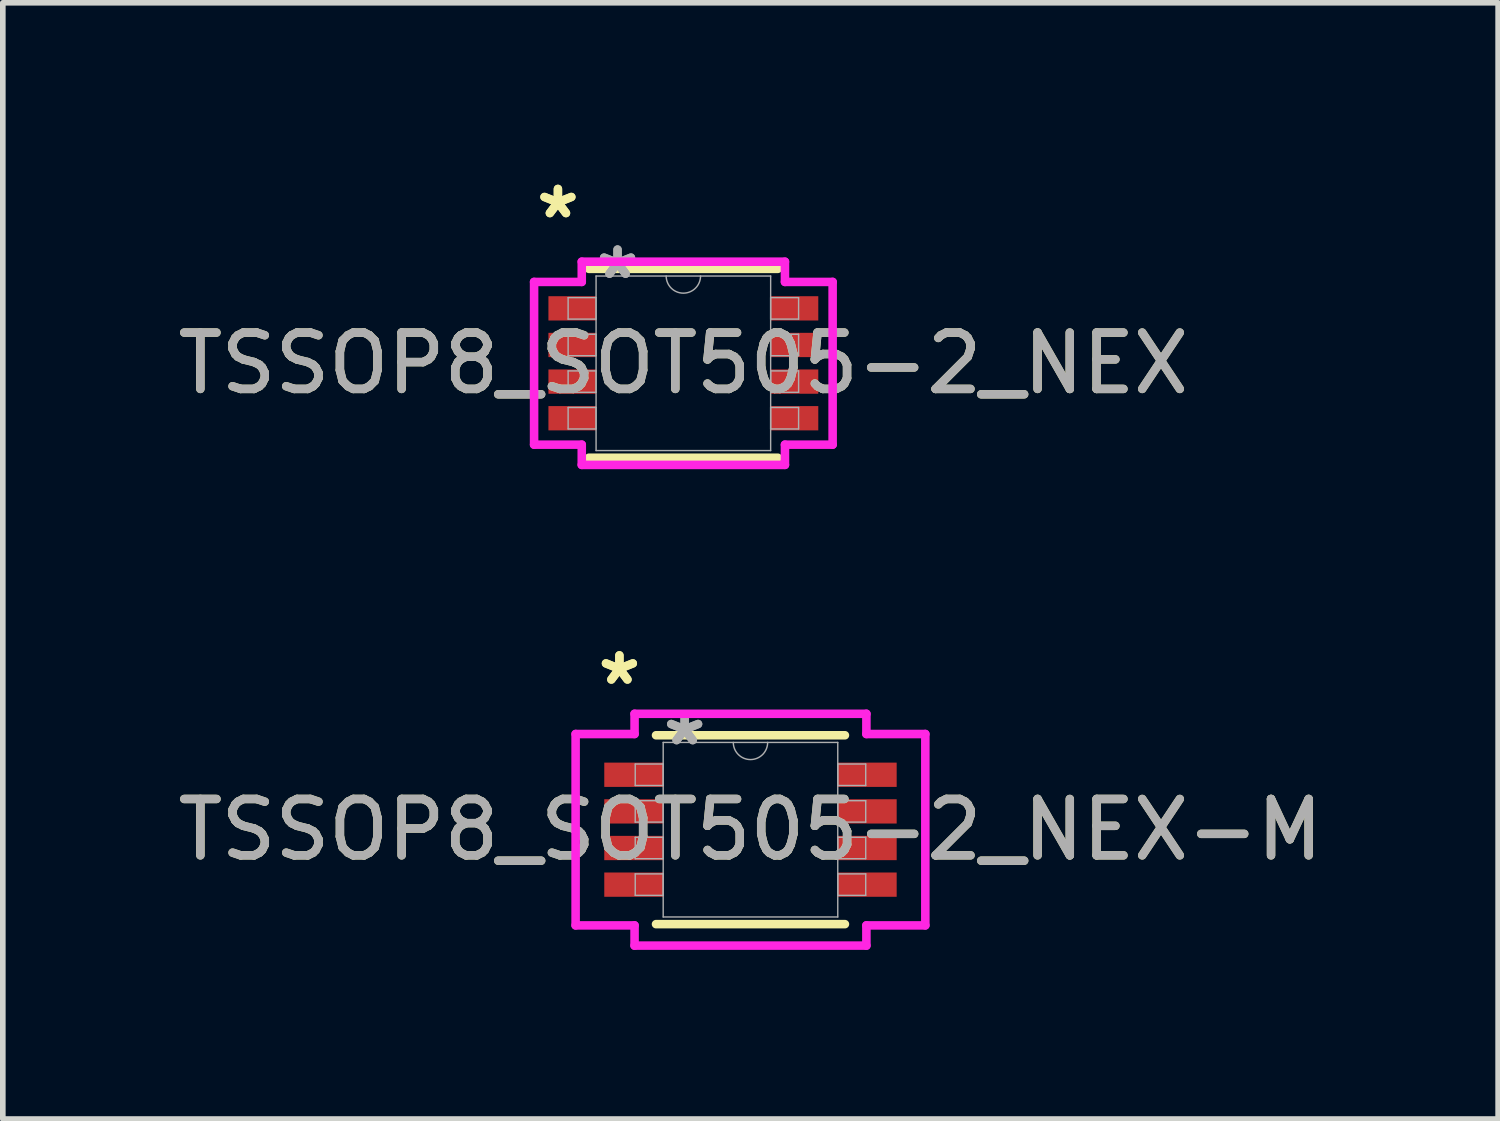
<source format=kicad_pcb>
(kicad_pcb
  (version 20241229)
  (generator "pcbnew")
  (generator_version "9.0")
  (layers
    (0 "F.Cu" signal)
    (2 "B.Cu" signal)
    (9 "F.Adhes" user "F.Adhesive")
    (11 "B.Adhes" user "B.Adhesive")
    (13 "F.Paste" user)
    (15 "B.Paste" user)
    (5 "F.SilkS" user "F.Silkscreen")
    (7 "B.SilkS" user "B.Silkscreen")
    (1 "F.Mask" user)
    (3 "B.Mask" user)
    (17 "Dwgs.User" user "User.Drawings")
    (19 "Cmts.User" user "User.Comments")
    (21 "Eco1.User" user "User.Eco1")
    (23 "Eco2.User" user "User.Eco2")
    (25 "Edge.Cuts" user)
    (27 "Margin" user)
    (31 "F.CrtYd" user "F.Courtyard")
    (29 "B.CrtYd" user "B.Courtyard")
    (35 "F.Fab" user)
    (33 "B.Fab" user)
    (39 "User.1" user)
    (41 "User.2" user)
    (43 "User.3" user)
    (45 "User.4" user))
  (footprint "TSSOP8_SOT505-2_NEX"
    (layer "F.Cu")
    (at 9.077 3.397)
    (property "Reference" "TSSOP8_SOT505-2_NEX" (at 0 0 0) (unlocked yes) (layer "F.SilkS") (effects (font (size 1 1) (thickness 0.15))))
    (attr smd)
    (fp_line (start -1.676 1.676) (end 1.676 1.676) (stroke (width 0.152) (type solid)) (layer "F.SilkS"))
    (fp_line (start 1.676 -1.676) (end -1.676 -1.676) (stroke (width 0.152) (type solid)) (layer "F.SilkS"))
    (fp_line (start -2.649 -1.444) (end -1.803 -1.444) (stroke (width 0.152) (type solid)) (layer "F.CrtYd"))
    (fp_line (start -2.649 1.444) (end -2.649 -1.444) (stroke (width 0.152) (type solid)) (layer "F.CrtYd"))
    (fp_line (start -2.649 1.444) (end -1.803 1.444) (stroke (width 0.152) (type solid)) (layer "F.CrtYd"))
    (fp_line (start -1.803 -1.803) (end 1.803 -1.803) (stroke (width 0.152) (type solid)) (layer "F.CrtYd"))
    (fp_line (start -1.803 -1.444) (end -1.803 -1.803) (stroke (width 0.152) (type solid)) (layer "F.CrtYd"))
    (fp_line (start -1.803 1.803) (end -1.803 1.444) (stroke (width 0.152) (type solid)) (layer "F.CrtYd"))
    (fp_line (start 1.803 -1.803) (end 1.803 -1.444) (stroke (width 0.152) (type solid)) (layer "F.CrtYd"))
    (fp_line (start 1.803 1.444) (end 1.803 1.803) (stroke (width 0.152) (type solid)) (layer "F.CrtYd"))
    (fp_line (start 1.803 1.803) (end -1.803 1.803) (stroke (width 0.152) (type solid)) (layer "F.CrtYd"))
    (fp_line (start 2.649 -1.444) (end 1.803 -1.444) (stroke (width 0.152) (type solid)) (layer "F.CrtYd"))
    (fp_line (start 2.649 -1.444) (end 2.649 1.444) (stroke (width 0.152) (type solid)) (layer "F.CrtYd"))
    (fp_line (start 2.649 1.444) (end 1.803 1.444) (stroke (width 0.152) (type solid)) (layer "F.CrtYd"))
    (fp_line (start -2.045 -1.165) (end -2.045 -0.784) (stroke (width 0.025) (type solid)) (layer "F.Fab"))
    (fp_line (start -2.045 -0.784) (end -1.549 -0.784) (stroke (width 0.025) (type solid)) (layer "F.Fab"))
    (fp_line (start -2.045 -0.515) (end -2.045 -0.135) (stroke (width 0.025) (type solid)) (layer "F.Fab"))
    (fp_line (start -2.045 -0.135) (end -1.549 -0.135) (stroke (width 0.025) (type solid)) (layer "F.Fab"))
    (fp_line (start -2.045 0.135) (end -2.045 0.515) (stroke (width 0.025) (type solid)) (layer "F.Fab"))
    (fp_line (start -2.045 0.515) (end -1.549 0.515) (stroke (width 0.025) (type solid)) (layer "F.Fab"))
    (fp_line (start -2.045 0.784) (end -2.045 1.165) (stroke (width 0.025) (type solid)) (layer "F.Fab"))
    (fp_line (start -2.045 1.165) (end -1.549 1.165) (stroke (width 0.025) (type solid)) (layer "F.Fab"))
    (fp_line (start -1.549 -1.549) (end -1.549 1.549) (stroke (width 0.025) (type solid)) (layer "F.Fab"))
    (fp_line (start -1.549 -1.165) (end -2.045 -1.165) (stroke (width 0.025) (type solid)) (layer "F.Fab"))
    (fp_line (start -1.549 -0.784) (end -1.549 -1.165) (stroke (width 0.025) (type solid)) (layer "F.Fab"))
    (fp_line (start -1.549 -0.515) (end -2.045 -0.515) (stroke (width 0.025) (type solid)) (layer "F.Fab"))
    (fp_line (start -1.549 -0.135) (end -1.549 -0.515) (stroke (width 0.025) (type solid)) (layer "F.Fab"))
    (fp_line (start -1.549 0.135) (end -2.045 0.135) (stroke (width 0.025) (type solid)) (layer "F.Fab"))
    (fp_line (start -1.549 0.515) (end -1.549 0.135) (stroke (width 0.025) (type solid)) (layer "F.Fab"))
    (fp_line (start -1.549 0.784) (end -2.045 0.784) (stroke (width 0.025) (type solid)) (layer "F.Fab"))
    (fp_line (start -1.549 1.165) (end -1.549 0.784) (stroke (width 0.025) (type solid)) (layer "F.Fab"))
    (fp_line (start -1.549 1.549) (end 1.549 1.549) (stroke (width 0.025) (type solid)) (layer "F.Fab"))
    (fp_line (start 1.549 -1.549) (end -1.549 -1.549) (stroke (width 0.025) (type solid)) (layer "F.Fab"))
    (fp_line (start 1.549 -1.165) (end 1.549 -0.784) (stroke (width 0.025) (type solid)) (layer "F.Fab"))
    (fp_line (start 1.549 -0.784) (end 2.045 -0.784) (stroke (width 0.025) (type solid)) (layer "F.Fab"))
    (fp_line (start 1.549 -0.515) (end 1.549 -0.135) (stroke (width 0.025) (type solid)) (layer "F.Fab"))
    (fp_line (start 1.549 -0.135) (end 2.045 -0.135) (stroke (width 0.025) (type solid)) (layer "F.Fab"))
    (fp_line (start 1.549 0.135) (end 1.549 0.515) (stroke (width 0.025) (type solid)) (layer "F.Fab"))
    (fp_line (start 1.549 0.515) (end 2.045 0.515) (stroke (width 0.025) (type solid)) (layer "F.Fab"))
    (fp_line (start 1.549 0.784) (end 1.549 1.165) (stroke (width 0.025) (type solid)) (layer "F.Fab"))
    (fp_line (start 1.549 1.165) (end 2.045 1.165) (stroke (width 0.025) (type solid)) (layer "F.Fab"))
    (fp_line (start 1.549 1.549) (end 1.549 -1.549) (stroke (width 0.025) (type solid)) (layer "F.Fab"))
    (fp_line (start 2.045 -1.165) (end 1.549 -1.165) (stroke (width 0.025) (type solid)) (layer "F.Fab"))
    (fp_line (start 2.045 -0.784) (end 2.045 -1.165) (stroke (width 0.025) (type solid)) (layer "F.Fab"))
    (fp_line (start 2.045 -0.515) (end 1.549 -0.515) (stroke (width 0.025) (type solid)) (layer "F.Fab"))
    (fp_line (start 2.045 -0.135) (end 2.045 -0.515) (stroke (width 0.025) (type solid)) (layer "F.Fab"))
    (fp_line (start 2.045 0.135) (end 1.549 0.135) (stroke (width 0.025) (type solid)) (layer "F.Fab"))
    (fp_line (start 2.045 0.515) (end 2.045 0.135) (stroke (width 0.025) (type solid)) (layer "F.Fab"))
    (fp_line (start 2.045 0.784) (end 1.549 0.784) (stroke (width 0.025) (type solid)) (layer "F.Fab"))
    (fp_line (start 2.045 1.165) (end 2.045 0.784) (stroke (width 0.025) (type solid)) (layer "F.Fab"))
    (fp_arc (start 0.3048 -1.5494) (mid 0 -1.2446) (end -0.3048 -1.5494) (stroke (width 0.0254) (type solid)) (layer "F.Fab"))
    (fp_text user "*" (at -2.226 -2.549 0) (layer "F.SilkS") (effects (font (size 1 1) (thickness 0.15))))
    (fp_text user "*" (at -2.226 -2.549 0) (unlocked yes) (layer "F.SilkS") (effects (font (size 1 1) (thickness 0.15))))
    (fp_text user "${REFERENCE}" (at 0 0 0) (unlocked yes) (layer "F.Fab") (effects (font (size 1 1) (thickness 0.15))))
    (fp_text user "*" (at -1.168 -1.473 0) (unlocked yes) (layer "F.Fab") (effects (font (size 1 1) (thickness 0.15))))
    (fp_text user "*" (at -1.168 -1.473 0) (layer "F.Fab") (effects (font (size 1 1) (thickness 0.15))))
    (pad "1" smd rect (at -1.972 -0.975) (size 0.845 0.431) (layers "F.Cu" "F.Mask" "F.Paste"))
    (pad "2" smd rect (at -1.972 -0.325) (size 0.845 0.431) (layers "F.Cu" "F.Mask" "F.Paste"))
    (pad "3" smd rect (at -1.972 0.325) (size 0.845 0.431) (layers "F.Cu" "F.Mask" "F.Paste"))
    (pad "4" smd rect (at -1.972 0.975) (size 0.845 0.431) (layers "F.Cu" "F.Mask" "F.Paste"))
    (pad "5" smd rect (at 1.972 0.975) (size 0.845 0.431) (layers "F.Cu" "F.Mask" "F.Paste"))
    (pad "6" smd rect (at 1.972 0.325) (size 0.845 0.431) (layers "F.Cu" "F.Mask" "F.Paste"))
    (pad "7" smd rect (at 1.972 -0.325) (size 0.845 0.431) (layers "F.Cu" "F.Mask" "F.Paste"))
    (pad "8" smd rect (at 1.972 -0.975) (size 0.845 0.431) (layers "F.Cu" "F.Mask" "F.Paste")))
  (footprint "TSSOP8_SOT505-2_NEX-M"
    (layer "F.Cu")
    (at 10.268 11.674)
    (property "Reference" "TSSOP8_SOT505-2_NEX-M" (at 0 0 0) (unlocked yes) (layer "F.SilkS") (effects (font (size 1 1) (thickness 0.15))))
    (attr smd)
    (fp_line (start -1.676 1.676) (end 1.676 1.676) (stroke (width 0.152) (type solid)) (layer "F.SilkS"))
    (fp_line (start 1.676 -1.676) (end -1.676 -1.676) (stroke (width 0.152) (type solid)) (layer "F.SilkS"))
    (fp_line (start -3.103 -1.698) (end -2.057 -1.698) (stroke (width 0.152) (type solid)) (layer "F.CrtYd"))
    (fp_line (start -3.103 1.698) (end -3.103 -1.698) (stroke (width 0.152) (type solid)) (layer "F.CrtYd"))
    (fp_line (start -3.103 1.698) (end -2.057 1.698) (stroke (width 0.152) (type solid)) (layer "F.CrtYd"))
    (fp_line (start -2.057 -2.057) (end 2.057 -2.057) (stroke (width 0.152) (type solid)) (layer "F.CrtYd"))
    (fp_line (start -2.057 -1.698) (end -2.057 -2.057) (stroke (width 0.152) (type solid)) (layer "F.CrtYd"))
    (fp_line (start -2.057 2.057) (end -2.057 1.698) (stroke (width 0.152) (type solid)) (layer "F.CrtYd"))
    (fp_line (start 2.057 -2.057) (end 2.057 -1.698) (stroke (width 0.152) (type solid)) (layer "F.CrtYd"))
    (fp_line (start 2.057 1.698) (end 2.057 2.057) (stroke (width 0.152) (type solid)) (layer "F.CrtYd"))
    (fp_line (start 2.057 2.057) (end -2.057 2.057) (stroke (width 0.152) (type solid)) (layer "F.CrtYd"))
    (fp_line (start 3.103 -1.698) (end 2.057 -1.698) (stroke (width 0.152) (type solid)) (layer "F.CrtYd"))
    (fp_line (start 3.103 -1.698) (end 3.103 1.698) (stroke (width 0.152) (type solid)) (layer "F.CrtYd"))
    (fp_line (start 3.103 1.698) (end 2.057 1.698) (stroke (width 0.152) (type solid)) (layer "F.CrtYd"))
    (fp_line (start -2.045 -1.165) (end -2.045 -0.784) (stroke (width 0.025) (type solid)) (layer "F.Fab"))
    (fp_line (start -2.045 -0.784) (end -1.549 -0.784) (stroke (width 0.025) (type solid)) (layer "F.Fab"))
    (fp_line (start -2.045 -0.515) (end -2.045 -0.135) (stroke (width 0.025) (type solid)) (layer "F.Fab"))
    (fp_line (start -2.045 -0.135) (end -1.549 -0.135) (stroke (width 0.025) (type solid)) (layer "F.Fab"))
    (fp_line (start -2.045 0.135) (end -2.045 0.515) (stroke (width 0.025) (type solid)) (layer "F.Fab"))
    (fp_line (start -2.045 0.515) (end -1.549 0.515) (stroke (width 0.025) (type solid)) (layer "F.Fab"))
    (fp_line (start -2.045 0.784) (end -2.045 1.165) (stroke (width 0.025) (type solid)) (layer "F.Fab"))
    (fp_line (start -2.045 1.165) (end -1.549 1.165) (stroke (width 0.025) (type solid)) (layer "F.Fab"))
    (fp_line (start -1.549 -1.549) (end -1.549 1.549) (stroke (width 0.025) (type solid)) (layer "F.Fab"))
    (fp_line (start -1.549 -1.165) (end -2.045 -1.165) (stroke (width 0.025) (type solid)) (layer "F.Fab"))
    (fp_line (start -1.549 -0.784) (end -1.549 -1.165) (stroke (width 0.025) (type solid)) (layer "F.Fab"))
    (fp_line (start -1.549 -0.515) (end -2.045 -0.515) (stroke (width 0.025) (type solid)) (layer "F.Fab"))
    (fp_line (start -1.549 -0.135) (end -1.549 -0.515) (stroke (width 0.025) (type solid)) (layer "F.Fab"))
    (fp_line (start -1.549 0.135) (end -2.045 0.135) (stroke (width 0.025) (type solid)) (layer "F.Fab"))
    (fp_line (start -1.549 0.515) (end -1.549 0.135) (stroke (width 0.025) (type solid)) (layer "F.Fab"))
    (fp_line (start -1.549 0.784) (end -2.045 0.784) (stroke (width 0.025) (type solid)) (layer "F.Fab"))
    (fp_line (start -1.549 1.165) (end -1.549 0.784) (stroke (width 0.025) (type solid)) (layer "F.Fab"))
    (fp_line (start -1.549 1.549) (end 1.549 1.549) (stroke (width 0.025) (type solid)) (layer "F.Fab"))
    (fp_line (start 1.549 -1.549) (end -1.549 -1.549) (stroke (width 0.025) (type solid)) (layer "F.Fab"))
    (fp_line (start 1.549 -1.165) (end 1.549 -0.784) (stroke (width 0.025) (type solid)) (layer "F.Fab"))
    (fp_line (start 1.549 -0.784) (end 2.045 -0.784) (stroke (width 0.025) (type solid)) (layer "F.Fab"))
    (fp_line (start 1.549 -0.515) (end 1.549 -0.135) (stroke (width 0.025) (type solid)) (layer "F.Fab"))
    (fp_line (start 1.549 -0.135) (end 2.045 -0.135) (stroke (width 0.025) (type solid)) (layer "F.Fab"))
    (fp_line (start 1.549 0.135) (end 1.549 0.515) (stroke (width 0.025) (type solid)) (layer "F.Fab"))
    (fp_line (start 1.549 0.515) (end 2.045 0.515) (stroke (width 0.025) (type solid)) (layer "F.Fab"))
    (fp_line (start 1.549 0.784) (end 1.549 1.165) (stroke (width 0.025) (type solid)) (layer "F.Fab"))
    (fp_line (start 1.549 1.165) (end 2.045 1.165) (stroke (width 0.025) (type solid)) (layer "F.Fab"))
    (fp_line (start 1.549 1.549) (end 1.549 -1.549) (stroke (width 0.025) (type solid)) (layer "F.Fab"))
    (fp_line (start 2.045 -1.165) (end 1.549 -1.165) (stroke (width 0.025) (type solid)) (layer "F.Fab"))
    (fp_line (start 2.045 -0.784) (end 2.045 -1.165) (stroke (width 0.025) (type solid)) (layer "F.Fab"))
    (fp_line (start 2.045 -0.515) (end 1.549 -0.515) (stroke (width 0.025) (type solid)) (layer "F.Fab"))
    (fp_line (start 2.045 -0.135) (end 2.045 -0.515) (stroke (width 0.025) (type solid)) (layer "F.Fab"))
    (fp_line (start 2.045 0.135) (end 1.549 0.135) (stroke (width 0.025) (type solid)) (layer "F.Fab"))
    (fp_line (start 2.045 0.515) (end 2.045 0.135) (stroke (width 0.025) (type solid)) (layer "F.Fab"))
    (fp_line (start 2.045 0.784) (end 1.549 0.784) (stroke (width 0.025) (type solid)) (layer "F.Fab"))
    (fp_line (start 2.045 1.165) (end 2.045 0.784) (stroke (width 0.025) (type solid)) (layer "F.Fab"))
    (fp_arc (start 0.3048 -1.5494) (mid 0 -1.2446) (end -0.3048 -1.5494) (stroke (width 0.0254) (type solid)) (layer "F.Fab"))
    (fp_text user "*" (at -2.326 -2.549 0) (unlocked yes) (layer "F.SilkS") (effects (font (size 1 1) (thickness 0.15))))
    (fp_text user "*" (at -2.326 -2.549 0) (layer "F.SilkS") (effects (font (size 1 1) (thickness 0.15))))
    (fp_text user "*" (at -1.168 -1.473 0) (unlocked yes) (layer "F.Fab") (effects (font (size 1 1) (thickness 0.15))))
    (fp_text user "*" (at -1.168 -1.473 0) (layer "F.Fab") (effects (font (size 1 1) (thickness 0.15))))
    (fp_text user "${REFERENCE}" (at 0 0 0) (unlocked yes) (layer "F.Fab") (effects (font (size 1 1) (thickness 0.15))))
    (pad "1" smd rect (at -2.072 -0.975) (size 1.045 0.431) (layers "F.Cu" "F.Mask" "F.Paste"))
    (pad "2" smd rect (at -2.072 -0.325) (size 1.045 0.431) (layers "F.Cu" "F.Mask" "F.Paste"))
    (pad "3" smd rect (at -2.072 0.325) (size 1.045 0.431) (layers "F.Cu" "F.Mask" "F.Paste"))
    (pad "4" smd rect (at -2.072 0.975) (size 1.045 0.431) (layers "F.Cu" "F.Mask" "F.Paste"))
    (pad "5" smd rect (at 2.072 0.975) (size 1.045 0.431) (layers "F.Cu" "F.Mask" "F.Paste"))
    (pad "6" smd rect (at 2.072 0.325) (size 1.045 0.431) (layers "F.Cu" "F.Mask" "F.Paste"))
    (pad "7" smd rect (at 2.072 -0.325) (size 1.045 0.431) (layers "F.Cu" "F.Mask" "F.Paste"))
    (pad "8" smd rect (at 2.072 -0.975) (size 1.045 0.431) (layers "F.Cu" "F.Mask" "F.Paste")))
  (gr_rect
    (start -3 -3)
    (end 23.536 16.808)
    (stroke (width 0.1) (type default))
    (fill no)
    (layer "Edge.Cuts")))
</source>
